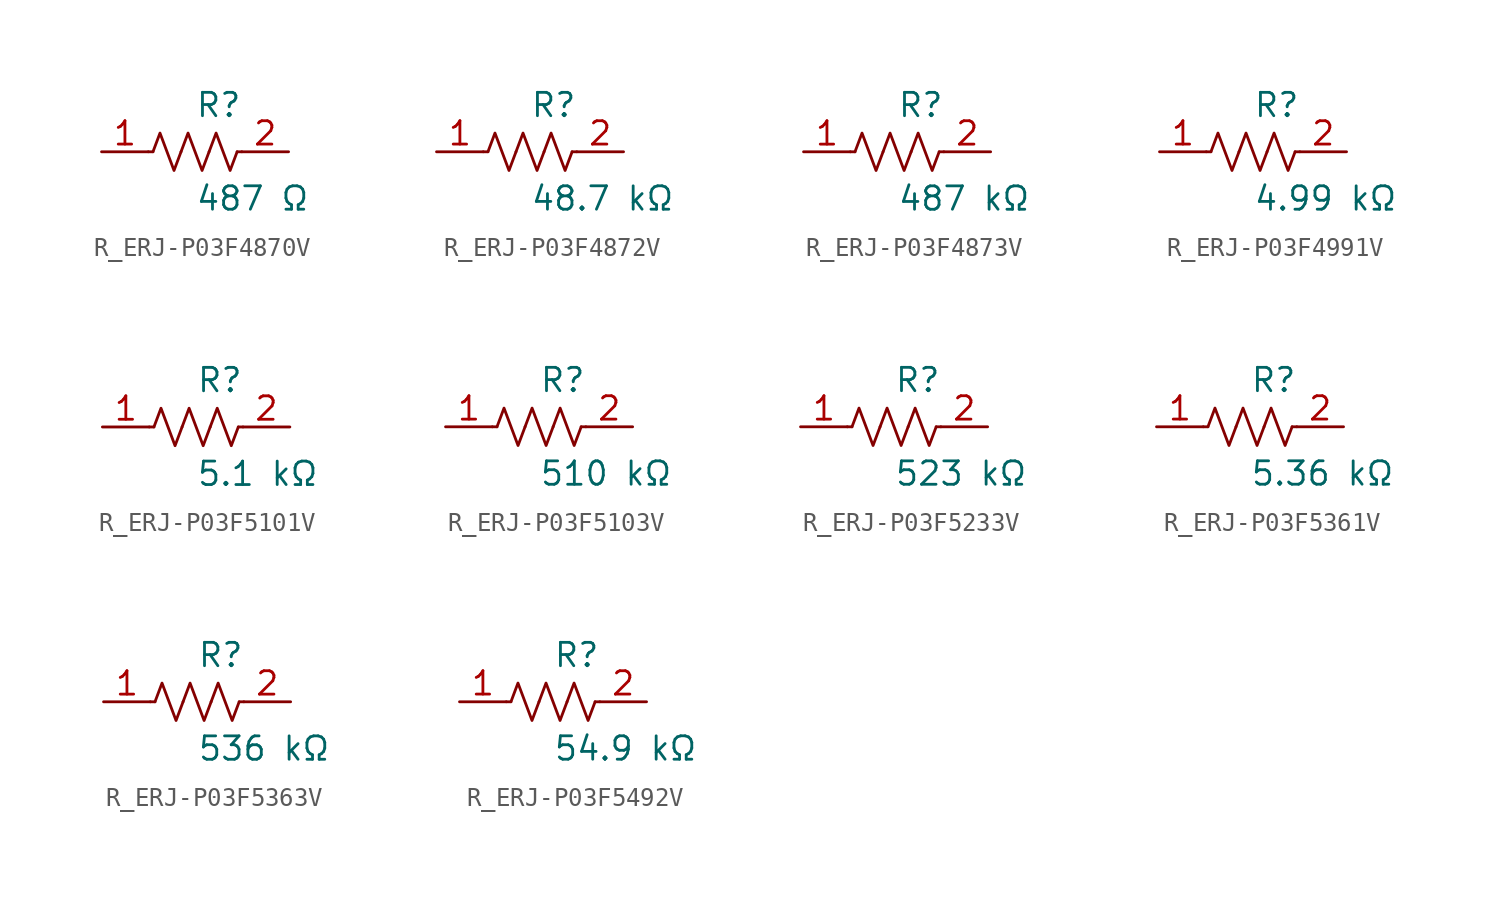
<source format=kicad_sym>
(kicad_symbol_lib
  (version 20231120)
  (generator kicad_symbol_editor)
  (generator_version 8.0)
  (symbol "R_ERJ-P03F4870V"
    (pin_names
      (offset 0.254))
    (property "Reference" "R"
      (at 0.0 2.54 0)
      (effects (font (size 1.27 1.27)) (justify left)))
    (property "Value" "487 Ω"
      (at 0.0 -2.54 0)
      (effects (font (size 1.27 1.27)) (justify left)))
    (symbol "R_ERJ-P03F4870V_0_1"
      (polyline (pts (xy 2.286 0) (xy 2.54 0)) (stroke (width 0) (type default)) (fill (type none)))
      (polyline (pts (xy -2.286 0) (xy -2.54 0)) (stroke (width 0) (type default)) (fill (type none)))
      (polyline (pts (xy 0.762 0) (xy 1.143 1.016) (xy 1.524 0) (xy 1.905 -1.016) (xy 2.286 0)) (stroke (width 0) (type default)) (fill (type none)))
      (polyline (pts (xy -0.762 0) (xy -0.381 1.016) (xy 0 0) (xy 0.381 -1.016) (xy 0.762 0)) (stroke (width 0) (type default)) (fill (type none)))
      (polyline (pts (xy -2.286 0) (xy -1.905 1.016) (xy -1.524 0) (xy -1.143 -1.016) (xy -0.762 0)) (stroke (width 0) (type default)) (fill (type none))))
    (pin unspecified line
      (at -5.08 0 0)
      (length 2.54)
      (name "" (effects (font (size 1.27 1.27))))
      (number "1" (effects (font (size 1.27 1.27)))))
    (pin unspecified line
      (at 5.08 0 180)
      (length 2.54)
      (name "" (effects (font (size 1.27 1.27))))
      (number "2" (effects (font (size 1.27 1.27))))))
  (symbol "R_ERJ-P03F4872V"
    (pin_names
      (offset 0.254))
    (property "Reference" "R"
      (at 0.0 2.54 0)
      (effects (font (size 1.27 1.27)) (justify left)))
    (property "Value" "48.7 kΩ"
      (at 0.0 -2.54 0)
      (effects (font (size 1.27 1.27)) (justify left)))
    (symbol "R_ERJ-P03F4872V_0_1"
      (polyline (pts (xy 2.286 0) (xy 2.54 0)) (stroke (width 0) (type default)) (fill (type none)))
      (polyline (pts (xy -2.286 0) (xy -2.54 0)) (stroke (width 0) (type default)) (fill (type none)))
      (polyline (pts (xy 0.762 0) (xy 1.143 1.016) (xy 1.524 0) (xy 1.905 -1.016) (xy 2.286 0)) (stroke (width 0) (type default)) (fill (type none)))
      (polyline (pts (xy -0.762 0) (xy -0.381 1.016) (xy 0 0) (xy 0.381 -1.016) (xy 0.762 0)) (stroke (width 0) (type default)) (fill (type none)))
      (polyline (pts (xy -2.286 0) (xy -1.905 1.016) (xy -1.524 0) (xy -1.143 -1.016) (xy -0.762 0)) (stroke (width 0) (type default)) (fill (type none))))
    (pin unspecified line
      (at -5.08 0 0)
      (length 2.54)
      (name "" (effects (font (size 1.27 1.27))))
      (number "1" (effects (font (size 1.27 1.27)))))
    (pin unspecified line
      (at 5.08 0 180)
      (length 2.54)
      (name "" (effects (font (size 1.27 1.27))))
      (number "2" (effects (font (size 1.27 1.27))))))
  (symbol "R_ERJ-P03F4873V"
    (pin_names
      (offset 0.254))
    (property "Reference" "R"
      (at 0.0 2.54 0)
      (effects (font (size 1.27 1.27)) (justify left)))
    (property "Value" "487 kΩ"
      (at 0.0 -2.54 0)
      (effects (font (size 1.27 1.27)) (justify left)))
    (symbol "R_ERJ-P03F4873V_0_1"
      (polyline (pts (xy 2.286 0) (xy 2.54 0)) (stroke (width 0) (type default)) (fill (type none)))
      (polyline (pts (xy -2.286 0) (xy -2.54 0)) (stroke (width 0) (type default)) (fill (type none)))
      (polyline (pts (xy 0.762 0) (xy 1.143 1.016) (xy 1.524 0) (xy 1.905 -1.016) (xy 2.286 0)) (stroke (width 0) (type default)) (fill (type none)))
      (polyline (pts (xy -0.762 0) (xy -0.381 1.016) (xy 0 0) (xy 0.381 -1.016) (xy 0.762 0)) (stroke (width 0) (type default)) (fill (type none)))
      (polyline (pts (xy -2.286 0) (xy -1.905 1.016) (xy -1.524 0) (xy -1.143 -1.016) (xy -0.762 0)) (stroke (width 0) (type default)) (fill (type none))))
    (pin unspecified line
      (at -5.08 0 0)
      (length 2.54)
      (name "" (effects (font (size 1.27 1.27))))
      (number "1" (effects (font (size 1.27 1.27)))))
    (pin unspecified line
      (at 5.08 0 180)
      (length 2.54)
      (name "" (effects (font (size 1.27 1.27))))
      (number "2" (effects (font (size 1.27 1.27))))))
  (symbol "R_ERJ-P03F4991V"
    (pin_names
      (offset 0.254))
    (property "Reference" "R"
      (at 0.0 2.54 0)
      (effects (font (size 1.27 1.27)) (justify left)))
    (property "Value" "4.99 kΩ"
      (at 0.0 -2.54 0)
      (effects (font (size 1.27 1.27)) (justify left)))
    (symbol "R_ERJ-P03F4991V_0_1"
      (polyline (pts (xy 2.286 0) (xy 2.54 0)) (stroke (width 0) (type default)) (fill (type none)))
      (polyline (pts (xy -2.286 0) (xy -2.54 0)) (stroke (width 0) (type default)) (fill (type none)))
      (polyline (pts (xy 0.762 0) (xy 1.143 1.016) (xy 1.524 0) (xy 1.905 -1.016) (xy 2.286 0)) (stroke (width 0) (type default)) (fill (type none)))
      (polyline (pts (xy -0.762 0) (xy -0.381 1.016) (xy 0 0) (xy 0.381 -1.016) (xy 0.762 0)) (stroke (width 0) (type default)) (fill (type none)))
      (polyline (pts (xy -2.286 0) (xy -1.905 1.016) (xy -1.524 0) (xy -1.143 -1.016) (xy -0.762 0)) (stroke (width 0) (type default)) (fill (type none))))
    (pin unspecified line
      (at -5.08 0 0)
      (length 2.54)
      (name "" (effects (font (size 1.27 1.27))))
      (number "1" (effects (font (size 1.27 1.27)))))
    (pin unspecified line
      (at 5.08 0 180)
      (length 2.54)
      (name "" (effects (font (size 1.27 1.27))))
      (number "2" (effects (font (size 1.27 1.27))))))
  (symbol "R_ERJ-P03F5101V"
    (pin_names
      (offset 0.254))
    (property "Reference" "R"
      (at 0.0 2.54 0)
      (effects (font (size 1.27 1.27)) (justify left)))
    (property "Value" "5.1 kΩ"
      (at 0.0 -2.54 0)
      (effects (font (size 1.27 1.27)) (justify left)))
    (symbol "R_ERJ-P03F5101V_0_1"
      (polyline (pts (xy 2.286 0) (xy 2.54 0)) (stroke (width 0) (type default)) (fill (type none)))
      (polyline (pts (xy -2.286 0) (xy -2.54 0)) (stroke (width 0) (type default)) (fill (type none)))
      (polyline (pts (xy 0.762 0) (xy 1.143 1.016) (xy 1.524 0) (xy 1.905 -1.016) (xy 2.286 0)) (stroke (width 0) (type default)) (fill (type none)))
      (polyline (pts (xy -0.762 0) (xy -0.381 1.016) (xy 0 0) (xy 0.381 -1.016) (xy 0.762 0)) (stroke (width 0) (type default)) (fill (type none)))
      (polyline (pts (xy -2.286 0) (xy -1.905 1.016) (xy -1.524 0) (xy -1.143 -1.016) (xy -0.762 0)) (stroke (width 0) (type default)) (fill (type none))))
    (pin unspecified line
      (at -5.08 0 0)
      (length 2.54)
      (name "" (effects (font (size 1.27 1.27))))
      (number "1" (effects (font (size 1.27 1.27)))))
    (pin unspecified line
      (at 5.08 0 180)
      (length 2.54)
      (name "" (effects (font (size 1.27 1.27))))
      (number "2" (effects (font (size 1.27 1.27))))))
  (symbol "R_ERJ-P03F5103V"
    (pin_names
      (offset 0.254))
    (property "Reference" "R"
      (at 0.0 2.54 0)
      (effects (font (size 1.27 1.27)) (justify left)))
    (property "Value" "510 kΩ"
      (at 0.0 -2.54 0)
      (effects (font (size 1.27 1.27)) (justify left)))
    (symbol "R_ERJ-P03F5103V_0_1"
      (polyline (pts (xy 2.286 0) (xy 2.54 0)) (stroke (width 0) (type default)) (fill (type none)))
      (polyline (pts (xy -2.286 0) (xy -2.54 0)) (stroke (width 0) (type default)) (fill (type none)))
      (polyline (pts (xy 0.762 0) (xy 1.143 1.016) (xy 1.524 0) (xy 1.905 -1.016) (xy 2.286 0)) (stroke (width 0) (type default)) (fill (type none)))
      (polyline (pts (xy -0.762 0) (xy -0.381 1.016) (xy 0 0) (xy 0.381 -1.016) (xy 0.762 0)) (stroke (width 0) (type default)) (fill (type none)))
      (polyline (pts (xy -2.286 0) (xy -1.905 1.016) (xy -1.524 0) (xy -1.143 -1.016) (xy -0.762 0)) (stroke (width 0) (type default)) (fill (type none))))
    (pin unspecified line
      (at -5.08 0 0)
      (length 2.54)
      (name "" (effects (font (size 1.27 1.27))))
      (number "1" (effects (font (size 1.27 1.27)))))
    (pin unspecified line
      (at 5.08 0 180)
      (length 2.54)
      (name "" (effects (font (size 1.27 1.27))))
      (number "2" (effects (font (size 1.27 1.27))))))
  (symbol "R_ERJ-P03F5233V"
    (pin_names
      (offset 0.254))
    (property "Reference" "R"
      (at 0.0 2.54 0)
      (effects (font (size 1.27 1.27)) (justify left)))
    (property "Value" "523 kΩ"
      (at 0.0 -2.54 0)
      (effects (font (size 1.27 1.27)) (justify left)))
    (symbol "R_ERJ-P03F5233V_0_1"
      (polyline (pts (xy 2.286 0) (xy 2.54 0)) (stroke (width 0) (type default)) (fill (type none)))
      (polyline (pts (xy -2.286 0) (xy -2.54 0)) (stroke (width 0) (type default)) (fill (type none)))
      (polyline (pts (xy 0.762 0) (xy 1.143 1.016) (xy 1.524 0) (xy 1.905 -1.016) (xy 2.286 0)) (stroke (width 0) (type default)) (fill (type none)))
      (polyline (pts (xy -0.762 0) (xy -0.381 1.016) (xy 0 0) (xy 0.381 -1.016) (xy 0.762 0)) (stroke (width 0) (type default)) (fill (type none)))
      (polyline (pts (xy -2.286 0) (xy -1.905 1.016) (xy -1.524 0) (xy -1.143 -1.016) (xy -0.762 0)) (stroke (width 0) (type default)) (fill (type none))))
    (pin unspecified line
      (at -5.08 0 0)
      (length 2.54)
      (name "" (effects (font (size 1.27 1.27))))
      (number "1" (effects (font (size 1.27 1.27)))))
    (pin unspecified line
      (at 5.08 0 180)
      (length 2.54)
      (name "" (effects (font (size 1.27 1.27))))
      (number "2" (effects (font (size 1.27 1.27))))))
  (symbol "R_ERJ-P03F5361V"
    (pin_names
      (offset 0.254))
    (property "Reference" "R"
      (at 0.0 2.54 0)
      (effects (font (size 1.27 1.27)) (justify left)))
    (property "Value" "5.36 kΩ"
      (at 0.0 -2.54 0)
      (effects (font (size 1.27 1.27)) (justify left)))
    (symbol "R_ERJ-P03F5361V_0_1"
      (polyline (pts (xy 2.286 0) (xy 2.54 0)) (stroke (width 0) (type default)) (fill (type none)))
      (polyline (pts (xy -2.286 0) (xy -2.54 0)) (stroke (width 0) (type default)) (fill (type none)))
      (polyline (pts (xy 0.762 0) (xy 1.143 1.016) (xy 1.524 0) (xy 1.905 -1.016) (xy 2.286 0)) (stroke (width 0) (type default)) (fill (type none)))
      (polyline (pts (xy -0.762 0) (xy -0.381 1.016) (xy 0 0) (xy 0.381 -1.016) (xy 0.762 0)) (stroke (width 0) (type default)) (fill (type none)))
      (polyline (pts (xy -2.286 0) (xy -1.905 1.016) (xy -1.524 0) (xy -1.143 -1.016) (xy -0.762 0)) (stroke (width 0) (type default)) (fill (type none))))
    (pin unspecified line
      (at -5.08 0 0)
      (length 2.54)
      (name "" (effects (font (size 1.27 1.27))))
      (number "1" (effects (font (size 1.27 1.27)))))
    (pin unspecified line
      (at 5.08 0 180)
      (length 2.54)
      (name "" (effects (font (size 1.27 1.27))))
      (number "2" (effects (font (size 1.27 1.27))))))
  (symbol "R_ERJ-P03F5363V"
    (pin_names
      (offset 0.254))
    (property "Reference" "R"
      (at 0.0 2.54 0)
      (effects (font (size 1.27 1.27)) (justify left)))
    (property "Value" "536 kΩ"
      (at 0.0 -2.54 0)
      (effects (font (size 1.27 1.27)) (justify left)))
    (symbol "R_ERJ-P03F5363V_0_1"
      (polyline (pts (xy 2.286 0) (xy 2.54 0)) (stroke (width 0) (type default)) (fill (type none)))
      (polyline (pts (xy -2.286 0) (xy -2.54 0)) (stroke (width 0) (type default)) (fill (type none)))
      (polyline (pts (xy 0.762 0) (xy 1.143 1.016) (xy 1.524 0) (xy 1.905 -1.016) (xy 2.286 0)) (stroke (width 0) (type default)) (fill (type none)))
      (polyline (pts (xy -0.762 0) (xy -0.381 1.016) (xy 0 0) (xy 0.381 -1.016) (xy 0.762 0)) (stroke (width 0) (type default)) (fill (type none)))
      (polyline (pts (xy -2.286 0) (xy -1.905 1.016) (xy -1.524 0) (xy -1.143 -1.016) (xy -0.762 0)) (stroke (width 0) (type default)) (fill (type none))))
    (pin unspecified line
      (at -5.08 0 0)
      (length 2.54)
      (name "" (effects (font (size 1.27 1.27))))
      (number "1" (effects (font (size 1.27 1.27)))))
    (pin unspecified line
      (at 5.08 0 180)
      (length 2.54)
      (name "" (effects (font (size 1.27 1.27))))
      (number "2" (effects (font (size 1.27 1.27))))))
  (symbol "R_ERJ-P03F5492V"
    (pin_names
      (offset 0.254))
    (property "Reference" "R"
      (at 0.0 2.54 0)
      (effects (font (size 1.27 1.27)) (justify left)))
    (property "Value" "54.9 kΩ"
      (at 0.0 -2.54 0)
      (effects (font (size 1.27 1.27)) (justify left)))
    (symbol "R_ERJ-P03F5492V_0_1"
      (polyline (pts (xy 2.286 0) (xy 2.54 0)) (stroke (width 0) (type default)) (fill (type none)))
      (polyline (pts (xy -2.286 0) (xy -2.54 0)) (stroke (width 0) (type default)) (fill (type none)))
      (polyline (pts (xy 0.762 0) (xy 1.143 1.016) (xy 1.524 0) (xy 1.905 -1.016) (xy 2.286 0)) (stroke (width 0) (type default)) (fill (type none)))
      (polyline (pts (xy -0.762 0) (xy -0.381 1.016) (xy 0 0) (xy 0.381 -1.016) (xy 0.762 0)) (stroke (width 0) (type default)) (fill (type none)))
      (polyline (pts (xy -2.286 0) (xy -1.905 1.016) (xy -1.524 0) (xy -1.143 -1.016) (xy -0.762 0)) (stroke (width 0) (type default)) (fill (type none))))
    (pin unspecified line
      (at -5.08 0 0)
      (length 2.54)
      (name "" (effects (font (size 1.27 1.27))))
      (number "1" (effects (font (size 1.27 1.27)))))
    (pin unspecified line
      (at 5.08 0 180)
      (length 2.54)
      (name "" (effects (font (size 1.27 1.27))))
      (number "2" (effects (font (size 1.27 1.27)))))))
</source>
